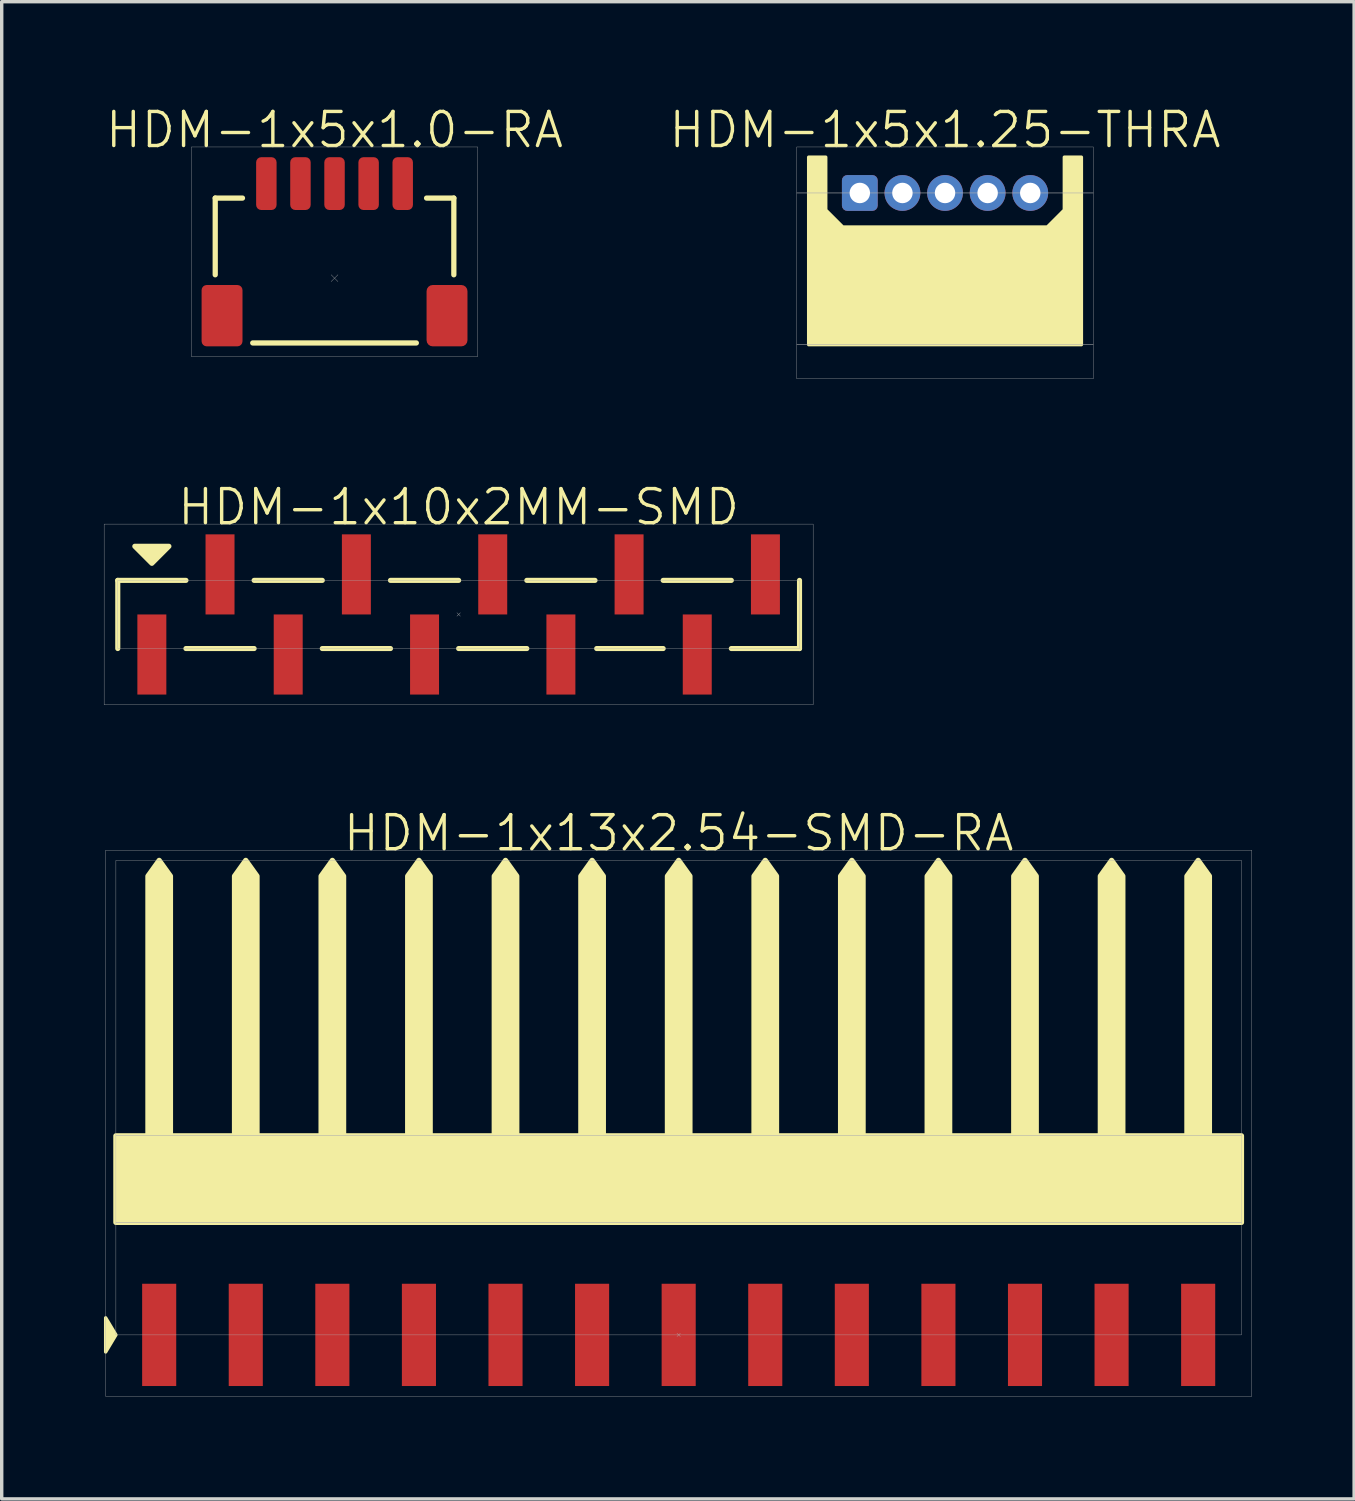
<source format=kicad_pcb>
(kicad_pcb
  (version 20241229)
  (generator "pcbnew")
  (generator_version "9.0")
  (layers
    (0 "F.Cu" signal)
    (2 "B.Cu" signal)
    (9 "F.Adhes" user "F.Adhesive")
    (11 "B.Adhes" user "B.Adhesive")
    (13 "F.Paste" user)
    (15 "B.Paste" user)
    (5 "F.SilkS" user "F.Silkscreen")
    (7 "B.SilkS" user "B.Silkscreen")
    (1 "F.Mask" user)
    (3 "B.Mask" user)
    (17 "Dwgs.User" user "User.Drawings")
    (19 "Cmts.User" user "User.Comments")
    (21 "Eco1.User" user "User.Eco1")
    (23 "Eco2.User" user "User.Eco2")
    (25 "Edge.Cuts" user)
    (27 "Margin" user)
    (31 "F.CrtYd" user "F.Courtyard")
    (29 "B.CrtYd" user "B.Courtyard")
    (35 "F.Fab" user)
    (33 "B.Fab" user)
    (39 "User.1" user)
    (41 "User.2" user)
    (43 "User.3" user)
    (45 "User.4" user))
  (footprint "HDM-1x5x1.0-RA"
    (layer "F.Cu")
    (at 6.764 5.111)
    (property "Reference" "HDM-1x5x1.0-RA" (at 0 -4.35 0) (unlocked yes) (layer "F.SilkS") (effects (font (size 1 1) (thickness 0.1))))
    (attr smd)
    (fp_line (start -3.5 -2.35) (end -2.7 -2.35) (stroke (width 0.154) (type default)) (layer "F.SilkS"))
    (fp_line (start -3.5 -0.1) (end -3.5 -2.35) (stroke (width 0.154) (type default)) (layer "F.SilkS"))
    (fp_line (start -2.4 1.9) (end 2.4 1.9) (stroke (width 0.154) (type default)) (layer "F.SilkS"))
    (fp_line (start 2.7 -2.35) (end 3.5 -2.35) (stroke (width 0.154) (type default)) (layer "F.SilkS"))
    (fp_line (start 3.5 -0.1) (end 3.5 -2.35) (stroke (width 0.154) (type default)) (layer "F.SilkS"))
    (fp_line (start -0.1 -0.1) (end 0.1 0.1) (stroke (width 0.01) (type default)) (layer "F.Fab"))
    (fp_line (start 0.1 -0.1) (end -0.1 0.1) (stroke (width 0.01) (type default)) (layer "F.Fab"))
    (fp_rect (start -4.2 -3.85) (end 4.2 2.3) (stroke (width 0.01) (type default)) (fill no) (layer "F.Fab"))
    (pad "0" smd roundrect (at -3.3 1.1) (size 1.2 1.8) (layers "F.Cu" "F.Mask" "F.Paste") (roundrect_rratio 0.125))
    (pad "0" smd roundrect (at 3.3 1.1) (size 1.2 1.8) (layers "F.Cu" "F.Mask" "F.Paste") (roundrect_rratio 0.15))
    (pad "1" smd roundrect (at -2 -2.775) (size 0.6 1.55) (layers "F.Cu" "F.Mask" "F.Paste") (roundrect_rratio 0.25))
    (pad "2" smd roundrect (at -1 -2.775) (size 0.6 1.55) (layers "F.Cu" "F.Mask" "F.Paste") (roundrect_rratio 0.25))
    (pad "3" smd roundrect (at 0 -2.775) (size 0.6 1.55) (layers "F.Cu" "F.Mask" "F.Paste") (roundrect_rratio 0.25))
    (pad "4" smd roundrect (at 1 -2.775) (size 0.6 1.55) (layers "F.Cu" "F.Mask" "F.Paste") (roundrect_rratio 0.25))
    (pad "5" smd roundrect (at 2 -2.775) (size 0.6 1.55) (layers "F.Cu" "F.Mask" "F.Paste") (roundrect_rratio 0.25)))
  (footprint "HDM-1x5x1.25-THRA"
    (layer "F.Cu")
    (at 24.674 2.611)
    (property "Reference" "HDM-1x5x1.25-THRA" (at 0 -1.85 0) (unlocked yes) (layer "F.SilkS") (effects (font (size 1 1) (thickness 0.1))))
    (attr through_hole)
    (fp_poly (pts (xy 4 -1.05) (xy 4 4.45) (xy -4 4.45) (xy -4 -1.05) (xy -3.5 -1.05) (xy -3.5 0.5) (xy -3 1) (xy 3 1) (xy 3.5 0.5) (xy 3.5 -1.05)) (stroke (width 0.1) (type solid)) (fill yes) (layer "F.SilkS"))
    (fp_line (start -0.05 -0.05) (end 0.05 0.05) (stroke (width 0.01) (type default)) (layer "F.Fab"))
    (fp_line (start -0.05 0.05) (end 0.05 -0.05) (stroke (width 0.01) (type default)) (layer "F.Fab"))
    (fp_rect (start -4.35 -1.35) (end 4.35 0) (stroke (width 0.01) (type default)) (fill no) (layer "F.Fab"))
    (fp_rect (start -4.35 0) (end 4.35 4.45) (stroke (width 0.01) (type default)) (fill no) (layer "F.Fab"))
    (fp_rect (start -4.35 4.45) (end 4.35 5.45) (stroke (width 0.01) (type default)) (fill no) (layer "F.Fab"))
    (pad "1" thru_hole roundrect (at -2.5 0) (size 1.05 1.05) (drill 0.6) (layers "*.Cu" "*.Mask") (roundrect_rratio 0.15))
    (pad "2" thru_hole circle (at -1.25 0) (size 1.05 1.05) (drill 0.6) (layers "*.Cu" "*.Mask"))
    (pad "3" thru_hole circle (at 0 0) (size 1.05 1.05) (drill 0.6) (layers "*.Cu" "*.Mask"))
    (pad "4" thru_hole circle (at 1.25 0) (size 1.05 1.05) (drill 0.6) (layers "*.Cu" "*.Mask"))
    (pad "5" thru_hole circle (at 2.5 0) (size 1.05 1.05) (drill 0.6) (layers "*.Cu" "*.Mask")))
  (footprint "HDM-1x13x2.54-SMD-RA"
    (layer "F.Cu")
    (at 16.86 36.111)
    (property "Reference" "HDM-1x13x2.54-SMD-RA" (at 0 -14.72 0) (unlocked yes) (layer "F.SilkS") (effects (font (size 1 1) (thickness 0.1))))
    (attr smd)
    (fp_rect (start -16.51 -5.84) (end 16.51 -3.3) (stroke (width 0.154) (type solid)) (fill yes) (layer "F.SilkS"))
    (fp_poly (pts (xy -16.51 0) (xy -16.81 -0.5) (xy -16.81 0.5)) (stroke (width 0.1) (type solid)) (fill yes) (layer "F.SilkS"))
    (fp_poly (pts (xy -15.24 -13.92) (xy -15.57 -13.46) (xy -15.57 -5.84) (xy -14.91 -5.84) (xy -14.91 -13.46)) (stroke (width 0.154) (type solid)) (fill yes) (layer "F.SilkS"))
    (fp_poly (pts (xy -12.7 -13.92) (xy -13.03 -13.46) (xy -13.03 -5.84) (xy -12.37 -5.84) (xy -12.37 -13.46)) (stroke (width 0.154) (type solid)) (fill yes) (layer "F.SilkS"))
    (fp_poly (pts (xy -10.16 -13.92) (xy -10.49 -13.46) (xy -10.49 -5.84) (xy -9.83 -5.84) (xy -9.83 -13.46)) (stroke (width 0.154) (type solid)) (fill yes) (layer "F.SilkS"))
    (fp_poly (pts (xy -7.62 -13.92) (xy -7.95 -13.46) (xy -7.95 -5.84) (xy -7.29 -5.84) (xy -7.29 -13.46)) (stroke (width 0.154) (type solid)) (fill yes) (layer "F.SilkS"))
    (fp_poly (pts (xy -5.08 -13.92) (xy -5.41 -13.46) (xy -5.41 -5.84) (xy -4.75 -5.84) (xy -4.75 -13.46)) (stroke (width 0.154) (type solid)) (fill yes) (layer "F.SilkS"))
    (fp_poly (pts (xy -2.54 -13.92) (xy -2.87 -13.46) (xy -2.87 -5.84) (xy -2.21 -5.84) (xy -2.21 -13.46)) (stroke (width 0.154) (type solid)) (fill yes) (layer "F.SilkS"))
    (fp_poly (pts (xy 0 -13.92) (xy -0.33 -13.46) (xy -0.33 -5.84) (xy 0.33 -5.84) (xy 0.33 -13.46)) (stroke (width 0.154) (type solid)) (fill yes) (layer "F.SilkS"))
    (fp_poly (pts (xy 2.54 -13.92) (xy 2.21 -13.46) (xy 2.21 -5.84) (xy 2.87 -5.84) (xy 2.87 -13.46)) (stroke (width 0.154) (type solid)) (fill yes) (layer "F.SilkS"))
    (fp_poly (pts (xy 5.08 -13.92) (xy 4.75 -13.46) (xy 4.75 -5.84) (xy 5.41 -5.84) (xy 5.41 -13.46)) (stroke (width 0.154) (type solid)) (fill yes) (layer "F.SilkS"))
    (fp_poly (pts (xy 7.62 -13.92) (xy 7.29 -13.46) (xy 7.29 -5.84) (xy 7.95 -5.84) (xy 7.95 -13.46)) (stroke (width 0.154) (type solid)) (fill yes) (layer "F.SilkS"))
    (fp_poly (pts (xy 10.16 -13.92) (xy 9.83 -13.46) (xy 9.83 -5.84) (xy 10.49 -5.84) (xy 10.49 -13.46)) (stroke (width 0.154) (type solid)) (fill yes) (layer "F.SilkS"))
    (fp_poly (pts (xy 12.7 -13.92) (xy 12.37 -13.46) (xy 12.37 -5.84) (xy 13.03 -5.84) (xy 13.03 -13.46)) (stroke (width 0.154) (type solid)) (fill yes) (layer "F.SilkS"))
    (fp_poly (pts (xy 15.24 -13.92) (xy 14.91 -13.46) (xy 14.91 -5.84) (xy 15.57 -5.84) (xy 15.57 -13.46)) (stroke (width 0.154) (type solid)) (fill yes) (layer "F.SilkS"))
    (fp_line (start -0.05 -0.05) (end 0.05 0.05) (stroke (width 0.01) (type default)) (layer "F.Fab"))
    (fp_line (start -0.05 0.05) (end 0.05 -0.05) (stroke (width 0.01) (type default)) (layer "F.Fab"))
    (fp_rect (start -16.81 -14.22) (end 16.81 1.805) (stroke (width 0.01) (type default)) (fill no) (layer "F.Fab"))
    (fp_rect (start -16.51 -13.92) (end 16.51 -5.84) (stroke (width 0.01) (type default)) (fill no) (layer "F.Fab"))
    (fp_rect (start -16.51 -5.84) (end 16.51 -3.3) (stroke (width 0.01) (type default)) (fill no) (layer "F.Fab"))
    (fp_rect (start -16.51 -3.3) (end 16.51 0) (stroke (width 0.01) (type default)) (fill no) (layer "F.Fab"))
    (pad "1" smd rect (at -15.24 0) (size 1 3) (layers "F.Cu" "F.Mask" "F.Paste"))
    (pad "2" smd rect (at -12.7 0) (size 1 3) (layers "F.Cu" "F.Mask" "F.Paste"))
    (pad "3" smd rect (at -10.16 0) (size 1 3) (layers "F.Cu" "F.Mask" "F.Paste"))
    (pad "4" smd rect (at -7.62 0) (size 1 3) (layers "F.Cu" "F.Mask" "F.Paste"))
    (pad "5" smd rect (at -5.08 0) (size 1 3) (layers "F.Cu" "F.Mask" "F.Paste"))
    (pad "6" smd rect (at -2.54 0) (size 1 3) (layers "F.Cu" "F.Mask" "F.Paste"))
    (pad "7" smd rect (at 0 0) (size 1 3) (layers "F.Cu" "F.Mask" "F.Paste"))
    (pad "8" smd rect (at 2.54 0) (size 1 3) (layers "F.Cu" "F.Mask" "F.Paste"))
    (pad "9" smd rect (at 5.08 0) (size 1 3) (layers "F.Cu" "F.Mask" "F.Paste"))
    (pad "10" smd rect (at 7.62 0) (size 1 3) (layers "F.Cu" "F.Mask" "F.Paste"))
    (pad "11" smd rect (at 10.16 0) (size 1 3) (layers "F.Cu" "F.Mask" "F.Paste"))
    (pad "12" smd rect (at 12.7 0) (size 1 3) (layers "F.Cu" "F.Mask" "F.Paste"))
    (pad "13" smd rect (at 15.24 0) (size 1 3) (layers "F.Cu" "F.Mask" "F.Paste")))
  (footprint "HDM-1x10x2MM-SMD"
    (layer "F.Cu")
    (at 10.405 14.976)
    (property "Reference" "HDM-1x10x2MM-SMD" (at 0 -3.15 0) (unlocked yes) (layer "F.SilkS") (effects (font (size 1 1) (thickness 0.1))))
    (attr smd)
    (fp_line (start -10 -1) (end -10 1) (stroke (width 0.15) (type default)) (layer "F.SilkS"))
    (fp_line (start -10 -1) (end -8 -1) (stroke (width 0.15) (type default)) (layer "F.SilkS"))
    (fp_line (start -6 -1) (end -4 -1) (stroke (width 0.15) (type default)) (layer "F.SilkS"))
    (fp_line (start -6 1) (end -8 1) (stroke (width 0.15) (type default)) (layer "F.SilkS"))
    (fp_line (start -2 -1) (end 0 -1) (stroke (width 0.15) (type default)) (layer "F.SilkS"))
    (fp_line (start -2 1) (end -4 1) (stroke (width 0.15) (type default)) (layer "F.SilkS"))
    (fp_line (start 2 -1) (end 4 -1) (stroke (width 0.15) (type default)) (layer "F.SilkS"))
    (fp_line (start 2 1) (end 0 1) (stroke (width 0.15) (type default)) (layer "F.SilkS"))
    (fp_line (start 6 -1) (end 8 -1) (stroke (width 0.15) (type default)) (layer "F.SilkS"))
    (fp_line (start 6 1) (end 4.05 1) (stroke (width 0.15) (type default)) (layer "F.SilkS"))
    (fp_line (start 10 -1) (end 10 1) (stroke (width 0.15) (type default)) (layer "F.SilkS"))
    (fp_line (start 10 1) (end 8 1) (stroke (width 0.15) (type default)) (layer "F.SilkS"))
    (fp_poly (pts (xy -9 -1.5) (xy -9.5 -2) (xy -8.5 -2)) (stroke (width 0.15) (type solid)) (fill yes) (layer "F.SilkS"))
    (fp_line (start -0.05 -0.05) (end 0.05 0.05) (stroke (width 0.01) (type default)) (layer "F.Fab"))
    (fp_line (start -0.05 0.05) (end 0.05 -0.05) (stroke (width 0.01) (type default)) (layer "F.Fab"))
    (fp_rect (start -10.4 -2.65) (end 10.4 2.65) (stroke (width 0.01) (type default)) (fill no) (layer "F.Fab"))
    (fp_rect (start -10 -1) (end 10 1) (stroke (width 0.01) (type default)) (fill no) (layer "F.Fab"))
    (pad "1" smd rect (at -9 1.175) (size 0.85 2.35) (layers "F.Cu" "F.Mask" "F.Paste"))
    (pad "2" smd rect (at -7 -1.175) (size 0.85 2.35) (layers "F.Cu" "F.Mask" "F.Paste"))
    (pad "3" smd rect (at -5 1.175) (size 0.85 2.35) (layers "F.Cu" "F.Mask" "F.Paste"))
    (pad "4" smd rect (at -3 -1.175) (size 0.85 2.35) (layers "F.Cu" "F.Mask" "F.Paste"))
    (pad "5" smd rect (at -1 1.175) (size 0.85 2.35) (layers "F.Cu" "F.Mask" "F.Paste"))
    (pad "6" smd rect (at 1 -1.175) (size 0.85 2.35) (layers "F.Cu" "F.Mask" "F.Paste"))
    (pad "7" smd rect (at 3 1.175) (size 0.85 2.35) (layers "F.Cu" "F.Mask" "F.Paste"))
    (pad "8" smd rect (at 5 -1.175) (size 0.85 2.35) (layers "F.Cu" "F.Mask" "F.Paste"))
    (pad "9" smd rect (at 7 1.175) (size 0.85 2.35) (layers "F.Cu" "F.Mask" "F.Paste"))
    (pad "10" smd rect (at 9 -1.175) (size 0.85 2.35) (layers "F.Cu" "F.Mask" "F.Paste")))
  (gr_rect
    (start -3 -3)
    (end 36.675 40.922)
    (stroke (width 0.1) (type default))
    (fill no)
    (layer "Edge.Cuts")))
</source>
